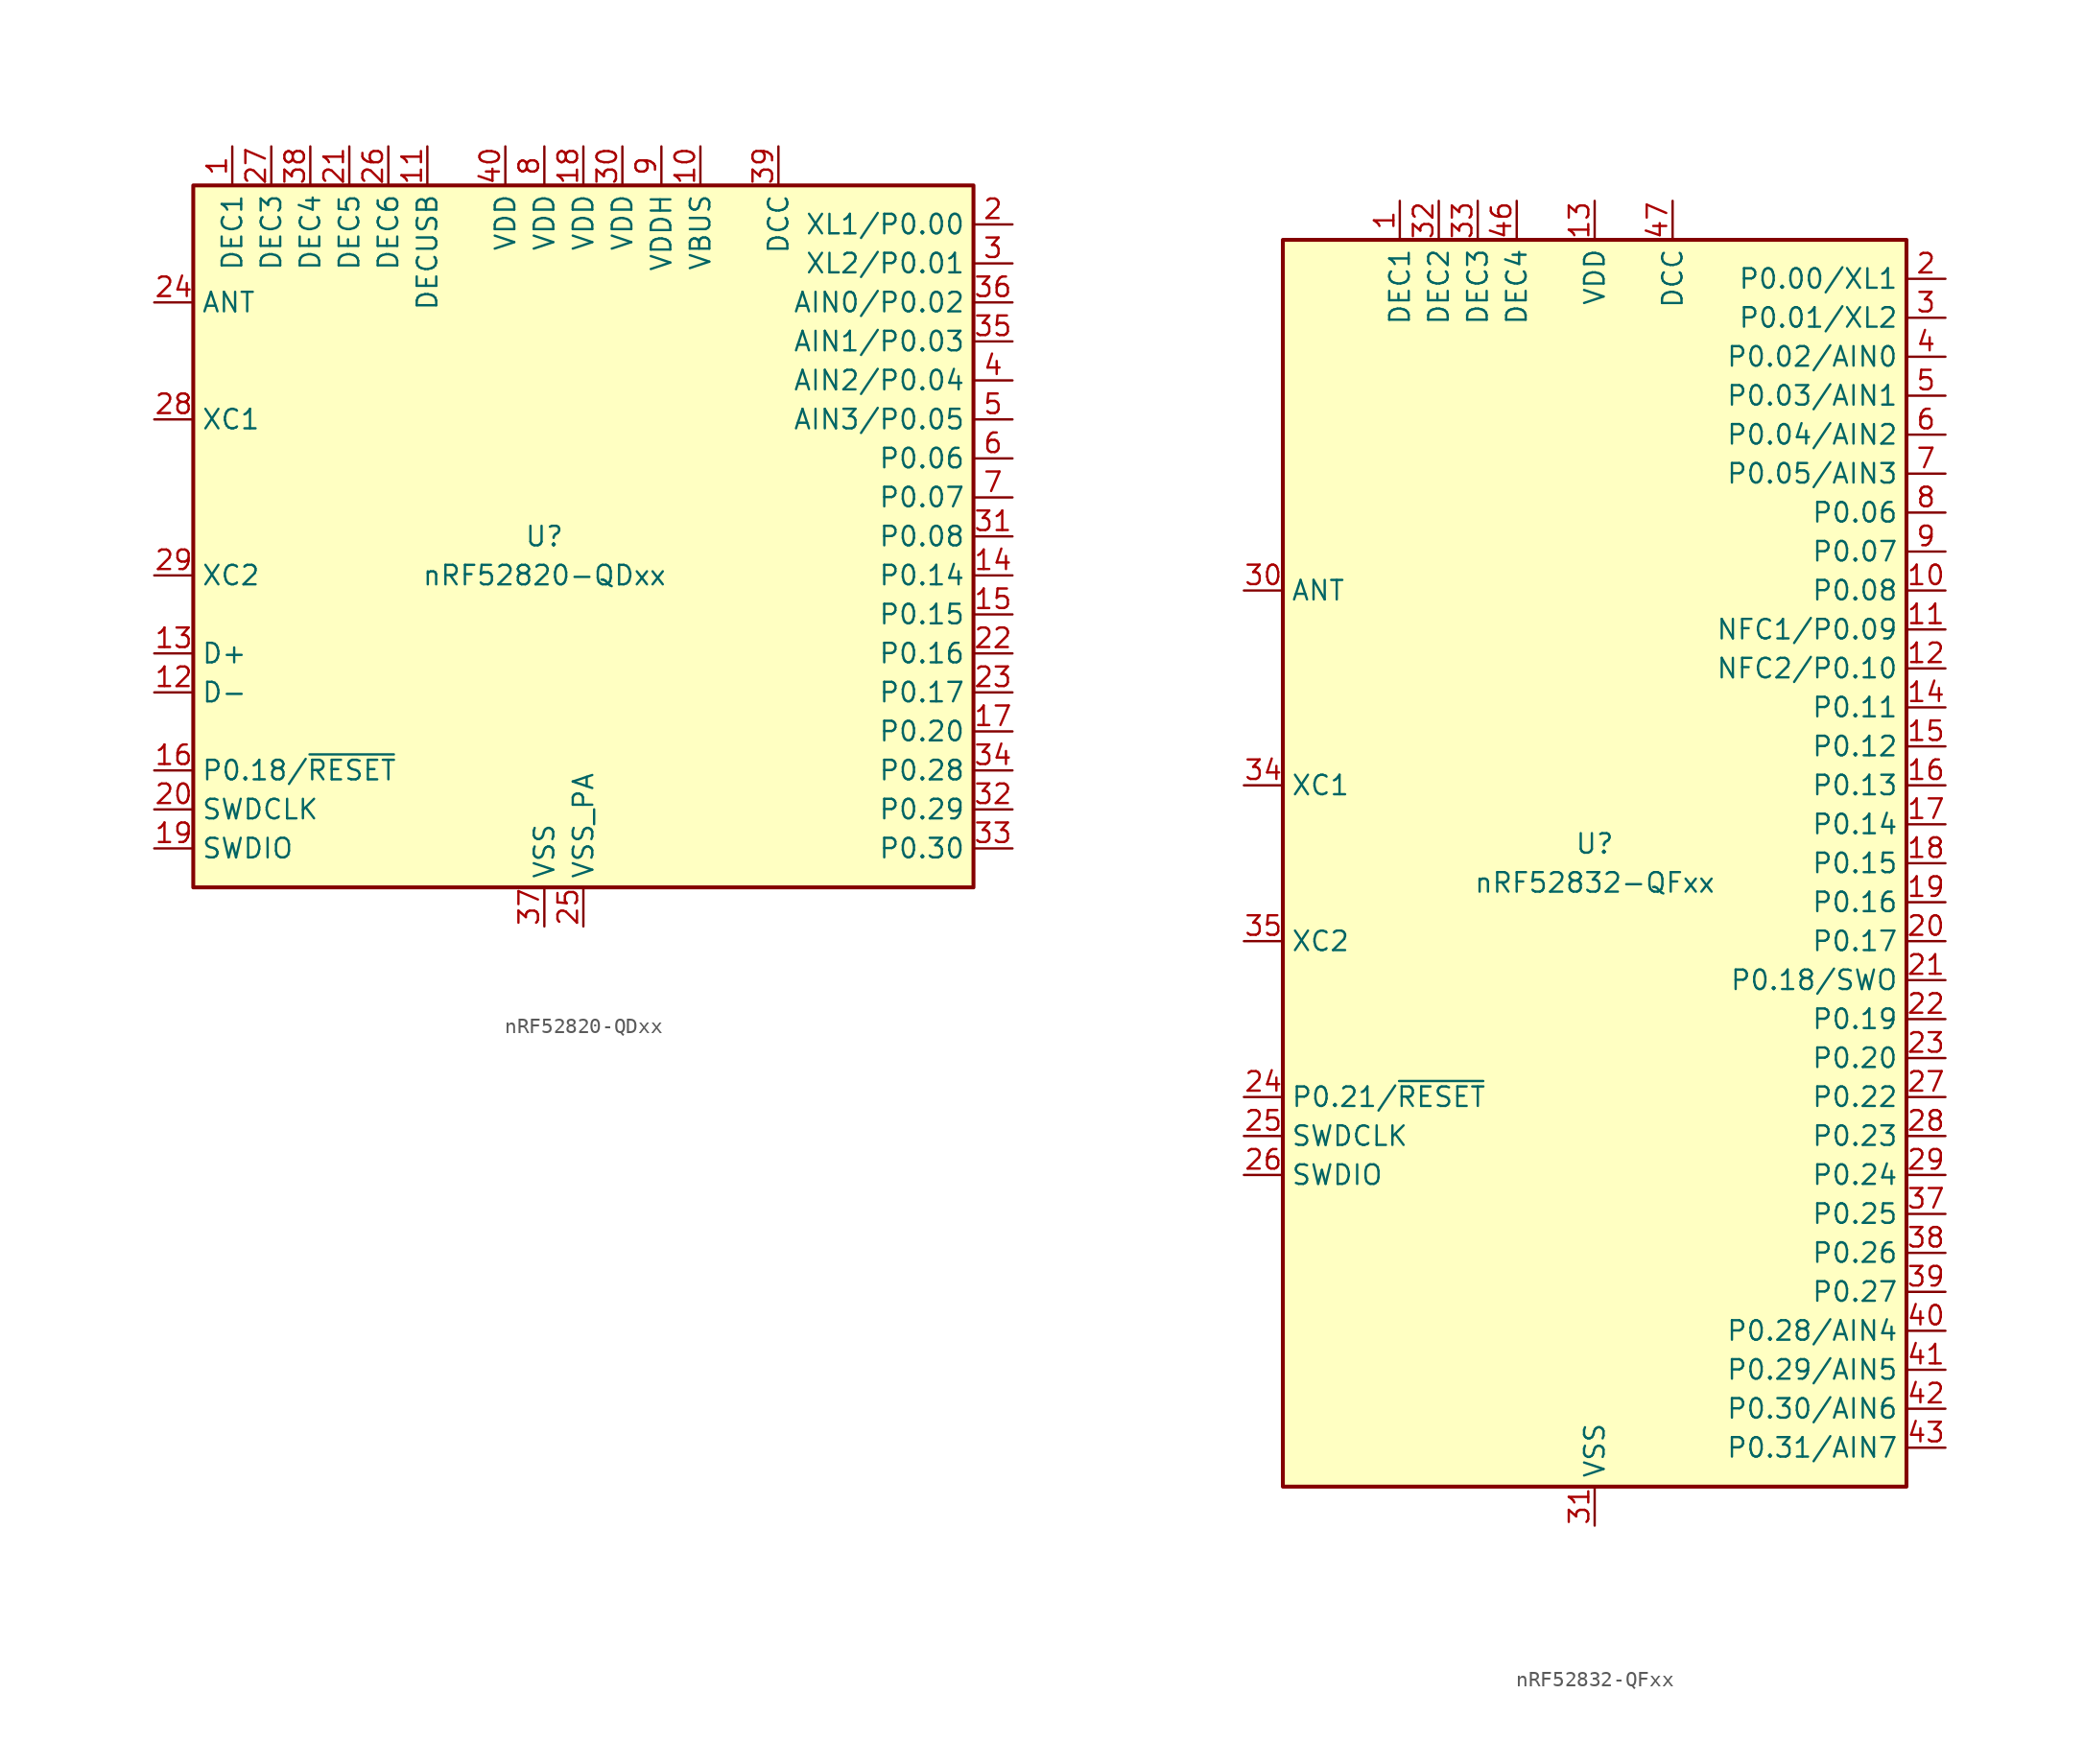
<source format=kicad_sym>
(kicad_symbol_lib
  (version 20211014)
  (generator kicad_symbol_editor)
  (symbol "nRF52820-QDxx"
    (property "Reference" "U"
      (at -2.54 0 0)
      (effects (font (size 1.27 1.27))))
    (property "Value" "nRF52820-QDxx"
      (at -2.54 -2.54 0)
      (effects (font (size 1.27 1.27))))
    (symbol "nRF52820-QDxx_0_1"
      (rectangle (start -25.4 22.86) (end 25.4 -22.86) (stroke (width 0.254) (type default) (color 0 0 0 0)) (fill (type background))))
    (symbol "nRF52820-QDxx_1_1"
      (pin passive line (at -22.86 25.4 270) (length 2.54) (name "DEC1" (effects (font (size 1.27 1.27)))) (number "1" (effects (font (size 1.27 1.27)))))
      (pin power_in line (at 7.62 25.4 270) (length 2.54) (name "VBUS" (effects (font (size 1.27 1.27)))) (number "10" (effects (font (size 1.27 1.27)))))
      (pin passive line (at -10.16 25.4 270) (length 2.54) (name "DECUSB" (effects (font (size 1.27 1.27)))) (number "11" (effects (font (size 1.27 1.27)))))
      (pin bidirectional line (at -27.94 -10.16 0) (length 2.54) (name "D-" (effects (font (size 1.27 1.27)))) (number "12" (effects (font (size 1.27 1.27)))))
      (pin bidirectional line (at -27.94 -7.62 0) (length 2.54) (name "D+" (effects (font (size 1.27 1.27)))) (number "13" (effects (font (size 1.27 1.27)))))
      (pin bidirectional line (at 27.94 -2.54 180) (length 2.54) (name "P0.14" (effects (font (size 1.27 1.27)))) (number "14" (effects (font (size 1.27 1.27)))))
      (pin bidirectional line (at 27.94 -5.08 180) (length 2.54) (name "P0.15" (effects (font (size 1.27 1.27)))) (number "15" (effects (font (size 1.27 1.27)))))
      (pin bidirectional line (at -27.94 -15.24 0) (length 2.54) (name "P0.18/~{RESET}" (effects (font (size 1.27 1.27)))) (number "16" (effects (font (size 1.27 1.27)))))
      (pin bidirectional line (at 27.94 -12.7 180) (length 2.54) (name "P0.20" (effects (font (size 1.27 1.27)))) (number "17" (effects (font (size 1.27 1.27)))))
      (pin power_in line (at 0 25.4 270) (length 2.54) (name "VDD" (effects (font (size 1.27 1.27)))) (number "18" (effects (font (size 1.27 1.27)))))
      (pin bidirectional line (at -27.94 -20.32 0) (length 2.54) (name "SWDIO" (effects (font (size 1.27 1.27)))) (number "19" (effects (font (size 1.27 1.27)))))
      (pin bidirectional line (at 27.94 20.32 180) (length 2.54) (name "XL1/P0.00" (effects (font (size 1.27 1.27)))) (number "2" (effects (font (size 1.27 1.27)))))
      (pin input line (at -27.94 -17.78 0) (length 2.54) (name "SWDCLK" (effects (font (size 1.27 1.27)))) (number "20" (effects (font (size 1.27 1.27)))))
      (pin passive line (at -15.24 25.4 270) (length 2.54) (name "DEC5" (effects (font (size 1.27 1.27)))) (number "21" (effects (font (size 1.27 1.27)))))
      (pin bidirectional line (at 27.94 -7.62 180) (length 2.54) (name "P0.16" (effects (font (size 1.27 1.27)))) (number "22" (effects (font (size 1.27 1.27)))))
      (pin bidirectional line (at 27.94 -10.16 180) (length 2.54) (name "P0.17" (effects (font (size 1.27 1.27)))) (number "23" (effects (font (size 1.27 1.27)))))
      (pin passive line (at -27.94 15.24 0) (length 2.54) (name "ANT" (effects (font (size 1.27 1.27)))) (number "24" (effects (font (size 1.27 1.27)))))
      (pin power_in line (at 0 -25.4 90) (length 2.54) (name "VSS_PA" (effects (font (size 1.27 1.27)))) (number "25" (effects (font (size 1.27 1.27)))))
      (pin passive line (at -12.7 25.4 270) (length 2.54) (name "DEC6" (effects (font (size 1.27 1.27)))) (number "26" (effects (font (size 1.27 1.27)))))
      (pin passive line (at -20.32 25.4 270) (length 2.54) (name "DEC3" (effects (font (size 1.27 1.27)))) (number "27" (effects (font (size 1.27 1.27)))))
      (pin input line (at -27.94 7.62 0) (length 2.54) (name "XC1" (effects (font (size 1.27 1.27)))) (number "28" (effects (font (size 1.27 1.27)))))
      (pin input line (at -27.94 -2.54 0) (length 2.54) (name "XC2" (effects (font (size 1.27 1.27)))) (number "29" (effects (font (size 1.27 1.27)))))
      (pin bidirectional line (at 27.94 17.78 180) (length 2.54) (name "XL2/P0.01" (effects (font (size 1.27 1.27)))) (number "3" (effects (font (size 1.27 1.27)))))
      (pin power_in line (at 2.54 25.4 270) (length 2.54) (name "VDD" (effects (font (size 1.27 1.27)))) (number "30" (effects (font (size 1.27 1.27)))))
      (pin bidirectional line (at 27.94 0 180) (length 2.54) (name "P0.08" (effects (font (size 1.27 1.27)))) (number "31" (effects (font (size 1.27 1.27)))))
      (pin bidirectional line (at 27.94 -17.78 180) (length 2.54) (name "P0.29" (effects (font (size 1.27 1.27)))) (number "32" (effects (font (size 1.27 1.27)))))
      (pin bidirectional line (at 27.94 -20.32 180) (length 2.54) (name "P0.30" (effects (font (size 1.27 1.27)))) (number "33" (effects (font (size 1.27 1.27)))))
      (pin bidirectional line (at 27.94 -15.24 180) (length 2.54) (name "P0.28" (effects (font (size 1.27 1.27)))) (number "34" (effects (font (size 1.27 1.27)))))
      (pin bidirectional line (at 27.94 12.7 180) (length 2.54) (name "AIN1/P0.03" (effects (font (size 1.27 1.27)))) (number "35" (effects (font (size 1.27 1.27)))))
      (pin bidirectional line (at 27.94 15.24 180) (length 2.54) (name "AIN0/P0.02" (effects (font (size 1.27 1.27)))) (number "36" (effects (font (size 1.27 1.27)))))
      (pin power_in line (at -2.54 -25.4 90) (length 2.54) (name "VSS" (effects (font (size 1.27 1.27)))) (number "37" (effects (font (size 1.27 1.27)))))
      (pin passive line (at -17.78 25.4 270) (length 2.54) (name "DEC4" (effects (font (size 1.27 1.27)))) (number "38" (effects (font (size 1.27 1.27)))))
      (pin power_out line (at 12.7 25.4 270) (length 2.54) (name "DCC" (effects (font (size 1.27 1.27)))) (number "39" (effects (font (size 1.27 1.27)))))
      (pin bidirectional line (at 27.94 10.16 180) (length 2.54) (name "AIN2/P0.04" (effects (font (size 1.27 1.27)))) (number "4" (effects (font (size 1.27 1.27)))))
      (pin power_in line (at -5.08 25.4 270) (length 2.54) (name "VDD" (effects (font (size 1.27 1.27)))) (number "40" (effects (font (size 1.27 1.27)))))
      (pin passive line (at -2.54 -25.4 90) (length 2.54) hide (name "VSS" (effects (font (size 1.27 1.27)))) (number "41" (effects (font (size 1.27 1.27)))))
      (pin bidirectional line (at 27.94 7.62 180) (length 2.54) (name "AIN3/P0.05" (effects (font (size 1.27 1.27)))) (number "5" (effects (font (size 1.27 1.27)))))
      (pin bidirectional line (at 27.94 5.08 180) (length 2.54) (name "P0.06" (effects (font (size 1.27 1.27)))) (number "6" (effects (font (size 1.27 1.27)))))
      (pin bidirectional line (at 27.94 2.54 180) (length 2.54) (name "P0.07" (effects (font (size 1.27 1.27)))) (number "7" (effects (font (size 1.27 1.27)))))
      (pin power_in line (at -2.54 25.4 270) (length 2.54) (name "VDD" (effects (font (size 1.27 1.27)))) (number "8" (effects (font (size 1.27 1.27)))))
      (pin power_in line (at 5.08 25.4 270) (length 2.54) (name "VDDH" (effects (font (size 1.27 1.27)))) (number "9" (effects (font (size 1.27 1.27)))))))
  (symbol "nRF52832-QFxx"
    (property "Reference" "U"
      (at 0 1.27 0)
      (effects (font (size 1.27 1.27))))
    (property "Value" "nRF52832-QFxx"
      (at 0 -1.27 0)
      (effects (font (size 1.27 1.27))))
    (symbol "nRF52832-QFxx_0_1"
      (rectangle (start -20.32 40.64) (end 20.32 -40.64) (stroke (width 0.254) (type default) (color 0 0 0 0)) (fill (type background))))
    (symbol "nRF52832-QFxx_1_1"
      (pin passive line (at -12.7 43.18 270) (length 2.54) (name "DEC1" (effects (font (size 1.27 1.27)))) (number "1" (effects (font (size 1.27 1.27)))))
      (pin bidirectional line (at 22.86 17.78 180) (length 2.54) (name "P0.08" (effects (font (size 1.27 1.27)))) (number "10" (effects (font (size 1.27 1.27)))))
      (pin bidirectional line (at 22.86 15.24 180) (length 2.54) (name "NFC1/P0.09" (effects (font (size 1.27 1.27)))) (number "11" (effects (font (size 1.27 1.27)))))
      (pin bidirectional line (at 22.86 12.7 180) (length 2.54) (name "NFC2/P0.10" (effects (font (size 1.27 1.27)))) (number "12" (effects (font (size 1.27 1.27)))))
      (pin power_in line (at 0 43.18 270) (length 2.54) (name "VDD" (effects (font (size 1.27 1.27)))) (number "13" (effects (font (size 1.27 1.27)))))
      (pin bidirectional line (at 22.86 10.16 180) (length 2.54) (name "P0.11" (effects (font (size 1.27 1.27)))) (number "14" (effects (font (size 1.27 1.27)))))
      (pin bidirectional line (at 22.86 7.62 180) (length 2.54) (name "P0.12" (effects (font (size 1.27 1.27)))) (number "15" (effects (font (size 1.27 1.27)))))
      (pin bidirectional line (at 22.86 5.08 180) (length 2.54) (name "P0.13" (effects (font (size 1.27 1.27)))) (number "16" (effects (font (size 1.27 1.27)))))
      (pin bidirectional line (at 22.86 2.54 180) (length 2.54) (name "P0.14" (effects (font (size 1.27 1.27)))) (number "17" (effects (font (size 1.27 1.27)))))
      (pin bidirectional line (at 22.86 0 180) (length 2.54) (name "P0.15" (effects (font (size 1.27 1.27)))) (number "18" (effects (font (size 1.27 1.27)))))
      (pin bidirectional line (at 22.86 -2.54 180) (length 2.54) (name "P0.16" (effects (font (size 1.27 1.27)))) (number "19" (effects (font (size 1.27 1.27)))))
      (pin bidirectional line (at 22.86 38.1 180) (length 2.54) (name "P0.00/XL1" (effects (font (size 1.27 1.27)))) (number "2" (effects (font (size 1.27 1.27)))))
      (pin bidirectional line (at 22.86 -5.08 180) (length 2.54) (name "P0.17" (effects (font (size 1.27 1.27)))) (number "20" (effects (font (size 1.27 1.27)))))
      (pin bidirectional line (at 22.86 -7.62 180) (length 2.54) (name "P0.18/SWO" (effects (font (size 1.27 1.27)))) (number "21" (effects (font (size 1.27 1.27)))))
      (pin bidirectional line (at 22.86 -10.16 180) (length 2.54) (name "P0.19" (effects (font (size 1.27 1.27)))) (number "22" (effects (font (size 1.27 1.27)))))
      (pin bidirectional line (at 22.86 -12.7 180) (length 2.54) (name "P0.20" (effects (font (size 1.27 1.27)))) (number "23" (effects (font (size 1.27 1.27)))))
      (pin bidirectional line (at -22.86 -15.24 0) (length 2.54) (name "P0.21/~{RESET}" (effects (font (size 1.27 1.27)))) (number "24" (effects (font (size 1.27 1.27)))))
      (pin input line (at -22.86 -17.78 0) (length 2.54) (name "SWDCLK" (effects (font (size 1.27 1.27)))) (number "25" (effects (font (size 1.27 1.27)))))
      (pin bidirectional line (at -22.86 -20.32 0) (length 2.54) (name "SWDIO" (effects (font (size 1.27 1.27)))) (number "26" (effects (font (size 1.27 1.27)))))
      (pin bidirectional line (at 22.86 -15.24 180) (length 2.54) (name "P0.22" (effects (font (size 1.27 1.27)))) (number "27" (effects (font (size 1.27 1.27)))))
      (pin bidirectional line (at 22.86 -17.78 180) (length 2.54) (name "P0.23" (effects (font (size 1.27 1.27)))) (number "28" (effects (font (size 1.27 1.27)))))
      (pin bidirectional line (at 22.86 -20.32 180) (length 2.54) (name "P0.24" (effects (font (size 1.27 1.27)))) (number "29" (effects (font (size 1.27 1.27)))))
      (pin bidirectional line (at 22.86 35.56 180) (length 2.54) (name "P0.01/XL2" (effects (font (size 1.27 1.27)))) (number "3" (effects (font (size 1.27 1.27)))))
      (pin passive line (at -22.86 17.78 0) (length 2.54) (name "ANT" (effects (font (size 1.27 1.27)))) (number "30" (effects (font (size 1.27 1.27)))))
      (pin power_in line (at 0 -43.18 90) (length 2.54) (name "VSS" (effects (font (size 1.27 1.27)))) (number "31" (effects (font (size 1.27 1.27)))))
      (pin passive line (at -10.16 43.18 270) (length 2.54) (name "DEC2" (effects (font (size 1.27 1.27)))) (number "32" (effects (font (size 1.27 1.27)))))
      (pin passive line (at -7.62 43.18 270) (length 2.54) (name "DEC3" (effects (font (size 1.27 1.27)))) (number "33" (effects (font (size 1.27 1.27)))))
      (pin input line (at -22.86 5.08 0) (length 2.54) (name "XC1" (effects (font (size 1.27 1.27)))) (number "34" (effects (font (size 1.27 1.27)))))
      (pin input line (at -22.86 -5.08 0) (length 2.54) (name "XC2" (effects (font (size 1.27 1.27)))) (number "35" (effects (font (size 1.27 1.27)))))
      (pin passive line (at 0 43.18 270) (length 2.54) hide (name "VDD" (effects (font (size 1.27 1.27)))) (number "36" (effects (font (size 1.27 1.27)))))
      (pin bidirectional line (at 22.86 -22.86 180) (length 2.54) (name "P0.25" (effects (font (size 1.27 1.27)))) (number "37" (effects (font (size 1.27 1.27)))))
      (pin bidirectional line (at 22.86 -25.4 180) (length 2.54) (name "P0.26" (effects (font (size 1.27 1.27)))) (number "38" (effects (font (size 1.27 1.27)))))
      (pin bidirectional line (at 22.86 -27.94 180) (length 2.54) (name "P0.27" (effects (font (size 1.27 1.27)))) (number "39" (effects (font (size 1.27 1.27)))))
      (pin bidirectional line (at 22.86 33.02 180) (length 2.54) (name "P0.02/AIN0" (effects (font (size 1.27 1.27)))) (number "4" (effects (font (size 1.27 1.27)))))
      (pin bidirectional line (at 22.86 -30.48 180) (length 2.54) (name "P0.28/AIN4" (effects (font (size 1.27 1.27)))) (number "40" (effects (font (size 1.27 1.27)))))
      (pin bidirectional line (at 22.86 -33.02 180) (length 2.54) (name "P0.29/AIN5" (effects (font (size 1.27 1.27)))) (number "41" (effects (font (size 1.27 1.27)))))
      (pin bidirectional line (at 22.86 -35.56 180) (length 2.54) (name "P0.30/AIN6" (effects (font (size 1.27 1.27)))) (number "42" (effects (font (size 1.27 1.27)))))
      (pin bidirectional line (at 22.86 -38.1 180) (length 2.54) (name "P0.31/AIN7" (effects (font (size 1.27 1.27)))) (number "43" (effects (font (size 1.27 1.27)))))
      (pin no_connect line (at -20.32 -30.48 0) (length 2.54) hide (name "NC" (effects (font (size 1.27 1.27)))) (number "44" (effects (font (size 1.27 1.27)))))
      (pin passive line (at 0 -43.18 90) (length 2.54) hide (name "VSS" (effects (font (size 1.27 1.27)))) (number "45" (effects (font (size 1.27 1.27)))))
      (pin passive line (at -5.08 43.18 270) (length 2.54) (name "DEC4" (effects (font (size 1.27 1.27)))) (number "46" (effects (font (size 1.27 1.27)))))
      (pin power_out line (at 5.08 43.18 270) (length 2.54) (name "DCC" (effects (font (size 1.27 1.27)))) (number "47" (effects (font (size 1.27 1.27)))))
      (pin passive line (at 0 43.18 270) (length 2.54) hide (name "VDD" (effects (font (size 1.27 1.27)))) (number "48" (effects (font (size 1.27 1.27)))))
      (pin passive line (at 0 -43.18 90) (length 2.54) hide (name "VSS" (effects (font (size 1.27 1.27)))) (number "49" (effects (font (size 1.27 1.27)))))
      (pin bidirectional line (at 22.86 30.48 180) (length 2.54) (name "P0.03/AIN1" (effects (font (size 1.27 1.27)))) (number "5" (effects (font (size 1.27 1.27)))))
      (pin bidirectional line (at 22.86 27.94 180) (length 2.54) (name "P0.04/AIN2" (effects (font (size 1.27 1.27)))) (number "6" (effects (font (size 1.27 1.27)))))
      (pin bidirectional line (at 22.86 25.4 180) (length 2.54) (name "P0.05/AIN3" (effects (font (size 1.27 1.27)))) (number "7" (effects (font (size 1.27 1.27)))))
      (pin bidirectional line (at 22.86 22.86 180) (length 2.54) (name "P0.06" (effects (font (size 1.27 1.27)))) (number "8" (effects (font (size 1.27 1.27)))))
      (pin bidirectional line (at 22.86 20.32 180) (length 2.54) (name "P0.07" (effects (font (size 1.27 1.27)))) (number "9" (effects (font (size 1.27 1.27))))))))
</source>
